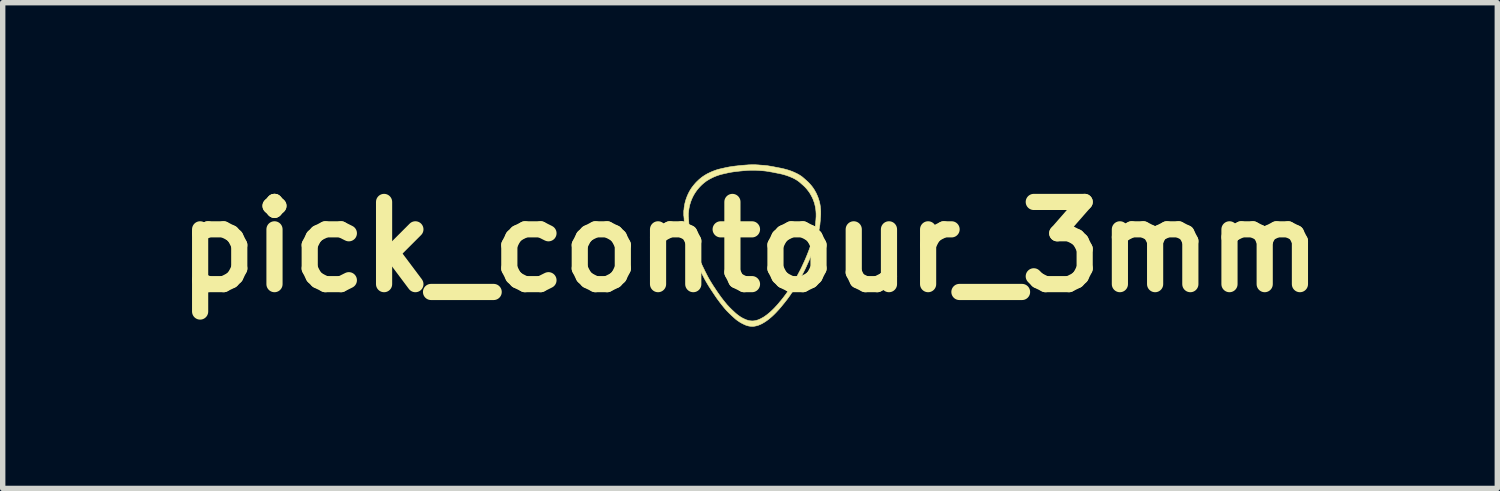
<source format=kicad_pcb>
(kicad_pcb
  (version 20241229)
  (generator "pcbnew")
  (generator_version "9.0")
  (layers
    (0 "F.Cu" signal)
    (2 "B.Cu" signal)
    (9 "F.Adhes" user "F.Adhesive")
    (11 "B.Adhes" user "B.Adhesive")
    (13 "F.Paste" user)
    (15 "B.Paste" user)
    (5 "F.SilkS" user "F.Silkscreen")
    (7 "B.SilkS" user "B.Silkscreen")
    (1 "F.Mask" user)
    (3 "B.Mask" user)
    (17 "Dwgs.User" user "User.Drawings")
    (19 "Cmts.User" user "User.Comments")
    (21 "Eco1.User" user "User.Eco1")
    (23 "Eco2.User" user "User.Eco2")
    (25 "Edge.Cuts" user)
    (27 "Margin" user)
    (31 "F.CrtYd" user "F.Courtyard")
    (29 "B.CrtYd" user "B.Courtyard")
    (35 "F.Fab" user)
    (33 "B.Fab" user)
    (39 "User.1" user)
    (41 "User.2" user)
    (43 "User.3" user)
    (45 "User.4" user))
  (footprint "pick_contour_3mm"
    (layer "F.Cu")
    (at 10.857 1.529)
    (property "Reference" "pick_contour_3mm" (at 0 0 0) (layer "F.SilkS") (effects (font (size 1.524 1.524) (thickness 0.3))))
    (attr through_hole)
    (fp_poly (pts (xy 0.135 -1.522) (xy 0.153 -1.521) (xy 0.169 -1.52) (xy 0.185 -1.518) (xy 0.2 -1.517) (xy 0.213 -1.516) (xy 0.226 -1.515) (xy 0.239 -1.514) (xy 0.25 -1.514) (xy 0.261 -1.513) (xy 0.271 -1.512) (xy 0.28 -1.511) (xy 0.289 -1.51) (xy 0.297 -1.509) (xy 0.305 -1.508) (xy 0.312 -1.508) (xy 0.318 -1.507) (xy 0.324 -1.506) (xy 0.326 -1.506) (xy 0.331 -1.505) (xy 0.336 -1.504) (xy 0.343 -1.503) (xy 0.351 -1.502) (xy 0.359 -1.5) (xy 0.368 -1.499) (xy 0.378 -1.497) (xy 0.389 -1.495) (xy 0.4 -1.493) (xy 0.411 -1.491) (xy 0.423 -1.489) (xy 0.436 -1.487) (xy 0.448 -1.484) (xy 0.452 -1.484) (xy 0.462 -1.482) (xy 0.473 -1.479) (xy 0.484 -1.477) (xy 0.495 -1.475) (xy 0.506 -1.473) (xy 0.517 -1.471) (xy 0.527 -1.469) (xy 0.537 -1.467) (xy 0.546 -1.465) (xy 0.555 -1.464) (xy 0.564 -1.462) (xy 0.572 -1.46) (xy 0.579 -1.459) (xy 0.586 -1.457) (xy 0.591 -1.456) (xy 0.596 -1.455) (xy 0.597 -1.455) (xy 0.631 -1.447) (xy 0.664 -1.438) (xy 0.697 -1.429) (xy 0.728 -1.419) (xy 0.76 -1.408) (xy 0.79 -1.396) (xy 0.817 -1.385) (xy 0.838 -1.375) (xy 0.859 -1.365) (xy 0.879 -1.355) (xy 0.898 -1.345) (xy 0.916 -1.334) (xy 0.929 -1.326) (xy 0.938 -1.32) (xy 0.946 -1.315) (xy 0.954 -1.309) (xy 0.961 -1.304) (xy 0.969 -1.298) (xy 0.977 -1.292) (xy 0.984 -1.285) (xy 0.993 -1.278) (xy 1.001 -1.271) (xy 1.01 -1.263) (xy 1.014 -1.259) (xy 1.019 -1.255) (xy 1.023 -1.251) (xy 1.028 -1.247) (xy 1.033 -1.243) (xy 1.037 -1.239) (xy 1.042 -1.235) (xy 1.043 -1.233) (xy 1.049 -1.229) (xy 1.054 -1.224) (xy 1.058 -1.22) (xy 1.062 -1.217) (xy 1.066 -1.213) (xy 1.069 -1.21) (xy 1.073 -1.206) (xy 1.077 -1.203) (xy 1.081 -1.199) (xy 1.082 -1.198) (xy 1.101 -1.178) (xy 1.119 -1.158) (xy 1.136 -1.138) (xy 1.153 -1.117) (xy 1.169 -1.095) (xy 1.184 -1.072) (xy 1.199 -1.049) (xy 1.212 -1.024) (xy 1.226 -1) (xy 1.228 -0.996) (xy 1.239 -0.971) (xy 1.25 -0.946) (xy 1.26 -0.921) (xy 1.269 -0.896) (xy 1.277 -0.87) (xy 1.285 -0.845) (xy 1.291 -0.818) (xy 1.297 -0.792) (xy 1.3 -0.773) (xy 1.303 -0.755) (xy 1.305 -0.736) (xy 1.307 -0.717) (xy 1.309 -0.697) (xy 1.31 -0.677) (xy 1.311 -0.657) (xy 1.311 -0.637) (xy 1.311 -0.617) (xy 1.311 -0.614) (xy 1.311 -0.612) (xy 1.311 -0.609) (xy 1.311 -0.606) (xy 1.311 -0.604) (xy 1.311 -0.601) (xy 1.311 -0.599) (xy 1.31 -0.596) (xy 1.31 -0.593) (xy 1.31 -0.59) (xy 1.31 -0.587) (xy 1.31 -0.583) (xy 1.309 -0.579) (xy 1.309 -0.574) (xy 1.309 -0.569) (xy 1.308 -0.564) (xy 1.308 -0.557) (xy 1.307 -0.551) (xy 1.307 -0.543) (xy 1.306 -0.535) (xy 1.305 -0.526) (xy 1.305 -0.516) (xy 1.304 -0.505) (xy 1.303 -0.493) (xy 1.303 -0.493) (xy 1.302 -0.479) (xy 1.3 -0.465) (xy 1.299 -0.453) (xy 1.298 -0.441) (xy 1.297 -0.429) (xy 1.296 -0.418) (xy 1.295 -0.408) (xy 1.293 -0.398) (xy 1.292 -0.388) (xy 1.29 -0.378) (xy 1.289 -0.367) (xy 1.287 -0.357) (xy 1.285 -0.347) (xy 1.283 -0.336) (xy 1.281 -0.325) (xy 1.277 -0.309) (xy 1.274 -0.292) (xy 1.27 -0.275) (xy 1.266 -0.258) (xy 1.262 -0.241) (xy 1.257 -0.223) (xy 1.253 -0.205) (xy 1.248 -0.186) (xy 1.242 -0.166) (xy 1.237 -0.146) (xy 1.231 -0.125) (xy 1.224 -0.103) (xy 1.222 -0.095) (xy 1.215 -0.072) (xy 1.208 -0.048) (xy 1.2 -0.025) (xy 1.192 -0.002) (xy 1.184 0.022) (xy 1.176 0.045) (xy 1.167 0.069) (xy 1.158 0.093) (xy 1.149 0.118) (xy 1.139 0.142) (xy 1.129 0.168) (xy 1.119 0.193) (xy 1.108 0.219) (xy 1.096 0.246) (xy 1.084 0.274) (xy 1.071 0.302) (xy 1.058 0.331) (xy 1.053 0.342) (xy 1.045 0.361) (xy 1.036 0.379) (xy 1.028 0.397) (xy 1.019 0.415) (xy 1.01 0.433) (xy 1.001 0.451) (xy 0.992 0.469) (xy 0.982 0.488) (xy 0.973 0.506) (xy 0.963 0.525) (xy 0.952 0.544) (xy 0.942 0.564) (xy 0.931 0.584) (xy 0.919 0.605) (xy 0.907 0.627) (xy 0.897 0.643) (xy 0.893 0.65) (xy 0.889 0.658) (xy 0.885 0.665) (xy 0.88 0.674) (xy 0.875 0.682) (xy 0.87 0.69) (xy 0.865 0.699) (xy 0.86 0.708) (xy 0.855 0.716) (xy 0.851 0.724) (xy 0.846 0.732) (xy 0.841 0.74) (xy 0.837 0.747) (xy 0.833 0.754) (xy 0.829 0.761) (xy 0.826 0.766) (xy 0.823 0.771) (xy 0.821 0.774) (xy 0.804 0.802) (xy 0.786 0.831) (xy 0.767 0.859) (xy 0.748 0.888) (xy 0.728 0.916) (xy 0.707 0.945) (xy 0.685 0.975) (xy 0.662 1.004) (xy 0.639 1.034) (xy 0.614 1.064) (xy 0.589 1.095) (xy 0.57 1.118) (xy 0.551 1.14) (xy 0.532 1.162) (xy 0.513 1.182) (xy 0.495 1.202) (xy 0.477 1.221) (xy 0.459 1.239) (xy 0.441 1.257) (xy 0.423 1.274) (xy 0.406 1.29) (xy 0.387 1.306) (xy 0.368 1.322) (xy 0.349 1.338) (xy 0.33 1.352) (xy 0.312 1.366) (xy 0.293 1.379) (xy 0.275 1.391) (xy 0.256 1.402) (xy 0.238 1.413) (xy 0.221 1.423) (xy 0.203 1.431) (xy 0.186 1.439) (xy 0.169 1.446) (xy 0.152 1.453) (xy 0.138 1.457) (xy 0.129 1.46) (xy 0.12 1.462) (xy 0.111 1.464) (xy 0.102 1.466) (xy 0.091 1.468) (xy 0.081 1.47) (xy 0.073 1.471) (xy 0.07 1.472) (xy 0.066 1.472) (xy 0.061 1.472) (xy 0.056 1.473) (xy 0.051 1.473) (xy 0.047 1.473) (xy 0.042 1.473) (xy 0.039 1.473) (xy 0.036 1.473) (xy 0.028 1.472) (xy 0.021 1.472) (xy 0.015 1.471) (xy 0.009 1.471) (xy 0.004 1.47) (xy -0.001 1.47) (xy -0.006 1.469) (xy -0.01 1.468) (xy -0.015 1.468) (xy -0.019 1.467) (xy -0.024 1.466) (xy -0.025 1.466) (xy -0.038 1.463) (xy -0.051 1.459) (xy -0.065 1.455) (xy -0.079 1.45) (xy -0.093 1.444) (xy -0.108 1.437) (xy -0.123 1.43) (xy -0.139 1.422) (xy -0.162 1.41) (xy -0.185 1.397) (xy -0.206 1.383) (xy -0.228 1.368) (xy -0.249 1.353) (xy -0.269 1.337) (xy -0.276 1.33) (xy -0.283 1.325) (xy -0.29 1.318) (xy -0.298 1.311) (xy -0.306 1.304) (xy -0.314 1.296) (xy -0.323 1.288) (xy -0.332 1.28) (xy -0.341 1.272) (xy -0.35 1.263) (xy -0.359 1.254) (xy -0.368 1.246) (xy -0.377 1.237) (xy -0.386 1.229) (xy -0.394 1.22) (xy -0.402 1.213) (xy -0.409 1.205) (xy -0.416 1.198) (xy -0.423 1.192) (xy -0.428 1.186) (xy -0.436 1.178) (xy -0.444 1.169) (xy -0.453 1.159) (xy -0.462 1.148) (xy -0.472 1.137) (xy -0.481 1.125) (xy -0.492 1.113) (xy -0.502 1.1) (xy -0.512 1.087) (xy -0.523 1.074) (xy -0.533 1.061) (xy -0.544 1.047) (xy -0.554 1.034) (xy -0.565 1.02) (xy -0.575 1.006) (xy -0.585 0.993) (xy -0.594 0.981) (xy -0.599 0.974) (xy -0.603 0.968) (xy -0.608 0.962) (xy -0.612 0.956) (xy -0.616 0.95) (xy -0.621 0.944) (xy -0.625 0.938) (xy -0.629 0.931) (xy -0.634 0.925) (xy -0.639 0.918) (xy -0.644 0.91) (xy -0.649 0.903) (xy -0.654 0.894) (xy -0.66 0.885) (xy -0.667 0.876) (xy -0.674 0.865) (xy -0.676 0.862) (xy -0.688 0.844) (xy -0.699 0.827) (xy -0.71 0.811) (xy -0.72 0.796) (xy -0.729 0.781) (xy -0.739 0.767) (xy -0.747 0.754) (xy -0.756 0.74) (xy -0.764 0.728) (xy -0.772 0.715) (xy -0.779 0.703) (xy -0.786 0.691) (xy -0.794 0.679) (xy -0.8 0.667) (xy -0.807 0.656) (xy -0.814 0.644) (xy -0.82 0.633) (xy -0.827 0.621) (xy -0.833 0.609) (xy -0.84 0.597) (xy -0.847 0.585) (xy -0.853 0.572) (xy -0.86 0.559) (xy -0.867 0.545) (xy -0.874 0.531) (xy -0.881 0.517) (xy -0.889 0.502) (xy -0.892 0.496) (xy -0.899 0.483) (xy -0.906 0.469) (xy -0.913 0.454) (xy -0.92 0.439) (xy -0.927 0.424) (xy -0.934 0.409) (xy -0.942 0.394) (xy -0.949 0.379) (xy -0.956 0.364) (xy -0.963 0.349) (xy -0.97 0.334) (xy -0.977 0.32) (xy -0.983 0.305) (xy -0.99 0.292) (xy -0.996 0.279) (xy -1.001 0.267) (xy -1.006 0.255) (xy -1.011 0.244) (xy -1.012 0.242) (xy -1.031 0.199) (xy -1.048 0.156) (xy -1.065 0.114) (xy -1.081 0.071) (xy -1.096 0.029) (xy -1.111 -0.013) (xy -1.125 -0.055) (xy -1.137 -0.097) (xy -1.15 -0.14) (xy -1.161 -0.182) (xy -1.172 -0.225) (xy -1.182 -0.269) (xy -1.192 -0.313) (xy -1.199 -0.346) (xy -1.201 -0.36) (xy -1.204 -0.373) (xy -1.206 -0.385) (xy -1.208 -0.396) (xy -1.21 -0.407) (xy -1.212 -0.417) (xy -1.213 -0.426) (xy -1.215 -0.435) (xy -1.216 -0.443) (xy -1.217 -0.451) (xy -1.218 -0.459) (xy -1.219 -0.466) (xy -1.22 -0.473) (xy -1.22 -0.48) (xy -1.221 -0.486) (xy -1.221 -0.493) (xy -1.221 -0.495) (xy -1.222 -0.508) (xy -1.222 -0.521) (xy -1.223 -0.532) (xy -1.224 -0.543) (xy -1.225 -0.552) (xy -1.226 -0.561) (xy -1.226 -0.569) (xy -1.227 -0.573) (xy -1.229 -0.585) (xy -1.229 -0.628) (xy -1.229 -0.628) (xy -1.143 -0.628) (xy -1.143 -0.544) (xy -1.141 -0.534) (xy -1.14 -0.528) (xy -1.14 -0.522) (xy -1.139 -0.515) (xy -1.138 -0.507) (xy -1.138 -0.498) (xy -1.137 -0.488) (xy -1.136 -0.477) (xy -1.136 -0.466) (xy -1.136 -0.463) (xy -1.135 -0.456) (xy -1.135 -0.45) (xy -1.134 -0.444) (xy -1.134 -0.439) (xy -1.133 -0.433) (xy -1.133 -0.427) (xy -1.132 -0.421) (xy -1.131 -0.414) (xy -1.13 -0.407) (xy -1.129 -0.4) (xy -1.127 -0.392) (xy -1.126 -0.383) (xy -1.124 -0.374) (xy -1.122 -0.364) (xy -1.12 -0.353) (xy -1.12 -0.351) (xy -1.112 -0.309) (xy -1.103 -0.268) (xy -1.094 -0.226) (xy -1.084 -0.186) (xy -1.073 -0.146) (xy -1.062 -0.106) (xy -1.05 -0.066) (xy -1.037 -0.027) (xy -1.024 0.013) (xy -1.01 0.053) (xy -0.995 0.092) (xy -0.979 0.132) (xy -0.963 0.173) (xy -0.946 0.213) (xy -0.944 0.217) (xy -0.939 0.228) (xy -0.934 0.239) (xy -0.929 0.252) (xy -0.923 0.265) (xy -0.916 0.278) (xy -0.91 0.293) (xy -0.903 0.308) (xy -0.901 0.311) (xy -0.899 0.316) (xy -0.897 0.321) (xy -0.895 0.325) (xy -0.892 0.33) (xy -0.891 0.334) (xy -0.889 0.337) (xy -0.888 0.34) (xy -0.887 0.341) (xy -0.882 0.352) (xy -0.876 0.364) (xy -0.87 0.377) (xy -0.864 0.39) (xy -0.857 0.403) (xy -0.851 0.416) (xy -0.844 0.43) (xy -0.838 0.443) (xy -0.832 0.456) (xy -0.825 0.468) (xy -0.819 0.48) (xy -0.814 0.491) (xy -0.809 0.501) (xy -0.802 0.514) (xy -0.796 0.526) (xy -0.79 0.538) (xy -0.784 0.549) (xy -0.778 0.56) (xy -0.772 0.571) (xy -0.766 0.582) (xy -0.76 0.592) (xy -0.754 0.603) (xy -0.748 0.613) (xy -0.742 0.623) (xy -0.736 0.634) (xy -0.73 0.644) (xy -0.723 0.655) (xy -0.716 0.666) (xy -0.709 0.677) (xy -0.702 0.689) (xy -0.694 0.701) (xy -0.686 0.714) (xy -0.678 0.727) (xy -0.669 0.74) (xy -0.659 0.754) (xy -0.65 0.769) (xy -0.639 0.785) (xy -0.63 0.799) (xy -0.623 0.81) (xy -0.616 0.82) (xy -0.609 0.83) (xy -0.603 0.839) (xy -0.598 0.847) (xy -0.592 0.855) (xy -0.587 0.862) (xy -0.582 0.869) (xy -0.577 0.876) (xy -0.573 0.883) (xy -0.568 0.889) (xy -0.564 0.896) (xy -0.559 0.902) (xy -0.554 0.908) (xy -0.55 0.915) (xy -0.545 0.922) (xy -0.541 0.927) (xy -0.531 0.94) (xy -0.521 0.954) (xy -0.51 0.967) (xy -0.5 0.981) (xy -0.489 0.994) (xy -0.478 1.008) (xy -0.468 1.021) (xy -0.457 1.034) (xy -0.447 1.047) (xy -0.436 1.059) (xy -0.427 1.071) (xy -0.417 1.081) (xy -0.414 1.085) (xy -0.409 1.09) (xy -0.403 1.096) (xy -0.397 1.103) (xy -0.39 1.11) (xy -0.383 1.118) (xy -0.375 1.126) (xy -0.367 1.134) (xy -0.358 1.142) (xy -0.35 1.151) (xy -0.341 1.16) (xy -0.332 1.168) (xy -0.323 1.177) (xy -0.313 1.186) (xy -0.304 1.194) (xy -0.296 1.202) (xy -0.287 1.21) (xy -0.279 1.218) (xy -0.271 1.225) (xy -0.263 1.232) (xy -0.256 1.238) (xy -0.255 1.239) (xy -0.235 1.255) (xy -0.215 1.27) (xy -0.194 1.285) (xy -0.173 1.299) (xy -0.151 1.312) (xy -0.129 1.324) (xy -0.123 1.327) (xy -0.11 1.333) (xy -0.098 1.338) (xy -0.087 1.343) (xy -0.077 1.348) (xy -0.066 1.352) (xy -0.056 1.355) (xy -0.046 1.358) (xy -0.037 1.361) (xy -0.027 1.364) (xy -0.023 1.364) (xy -0.017 1.366) (xy -0.012 1.367) (xy -0.007 1.368) (xy -0.001 1.368) (xy 0.005 1.369) (xy 0.012 1.37) (xy 0.019 1.371) (xy 0.027 1.371) (xy 0.036 1.372) (xy 0.038 1.372) (xy 0.041 1.372) (xy 0.044 1.372) (xy 0.048 1.372) (xy 0.051 1.372) (xy 0.055 1.372) (xy 0.059 1.371) (xy 0.062 1.371) (xy 0.063 1.371) (xy 0.072 1.37) (xy 0.082 1.369) (xy 0.092 1.367) (xy 0.102 1.365) (xy 0.112 1.362) (xy 0.122 1.36) (xy 0.131 1.357) (xy 0.136 1.356) (xy 0.15 1.351) (xy 0.166 1.345) (xy 0.181 1.338) (xy 0.197 1.331) (xy 0.213 1.322) (xy 0.229 1.313) (xy 0.246 1.304) (xy 0.262 1.294) (xy 0.278 1.283) (xy 0.283 1.279) (xy 0.302 1.266) (xy 0.321 1.251) (xy 0.34 1.236) (xy 0.359 1.22) (xy 0.378 1.204) (xy 0.397 1.186) (xy 0.416 1.168) (xy 0.435 1.149) (xy 0.455 1.129) (xy 0.474 1.108) (xy 0.494 1.087) (xy 0.509 1.07) (xy 0.53 1.046) (xy 0.55 1.021) (xy 0.571 0.997) (xy 0.591 0.972) (xy 0.611 0.947) (xy 0.63 0.922) (xy 0.649 0.897) (xy 0.667 0.873) (xy 0.684 0.848) (xy 0.701 0.824) (xy 0.715 0.804) (xy 0.72 0.797) (xy 0.724 0.79) (xy 0.729 0.783) (xy 0.733 0.777) (xy 0.737 0.77) (xy 0.742 0.764) (xy 0.746 0.757) (xy 0.75 0.75) (xy 0.754 0.743) (xy 0.759 0.736) (xy 0.764 0.728) (xy 0.768 0.72) (xy 0.774 0.712) (xy 0.779 0.703) (xy 0.785 0.693) (xy 0.79 0.683) (xy 0.797 0.672) (xy 0.804 0.661) (xy 0.811 0.648) (xy 0.818 0.636) (xy 0.836 0.605) (xy 0.853 0.575) (xy 0.869 0.546) (xy 0.884 0.518) (xy 0.899 0.49) (xy 0.913 0.463) (xy 0.927 0.437) (xy 0.94 0.412) (xy 0.952 0.387) (xy 0.964 0.362) (xy 0.975 0.339) (xy 0.975 0.338) (xy 0.99 0.305) (xy 1.005 0.274) (xy 1.019 0.242) (xy 1.032 0.212) (xy 1.044 0.182) (xy 1.056 0.154) (xy 1.067 0.126) (xy 1.078 0.098) (xy 1.088 0.072) (xy 1.089 0.069) (xy 1.096 0.051) (xy 1.102 0.034) (xy 1.108 0.017) (xy 1.114 -0.000139) (xy 1.119 -0.017) (xy 1.125 -0.035) (xy 1.131 -0.053) (xy 1.136 -0.071) (xy 1.142 -0.09) (xy 1.148 -0.109) (xy 1.154 -0.13) (xy 1.161 -0.155) (xy 1.168 -0.18) (xy 1.174 -0.205) (xy 1.18 -0.228) (xy 1.185 -0.251) (xy 1.19 -0.273) (xy 1.195 -0.294) (xy 1.199 -0.315) (xy 1.203 -0.334) (xy 1.206 -0.353) (xy 1.208 -0.369) (xy 1.209 -0.377) (xy 1.21 -0.386) (xy 1.211 -0.394) (xy 1.212 -0.402) (xy 1.213 -0.409) (xy 1.214 -0.418) (xy 1.215 -0.426) (xy 1.215 -0.436) (xy 1.216 -0.446) (xy 1.216 -0.447) (xy 1.217 -0.453) (xy 1.217 -0.46) (xy 1.218 -0.467) (xy 1.218 -0.474) (xy 1.219 -0.481) (xy 1.22 -0.487) (xy 1.22 -0.492) (xy 1.221 -0.503) (xy 1.222 -0.512) (xy 1.222 -0.521) (xy 1.223 -0.529) (xy 1.223 -0.536) (xy 1.224 -0.543) (xy 1.224 -0.549) (xy 1.224 -0.555) (xy 1.225 -0.56) (xy 1.225 -0.565) (xy 1.225 -0.57) (xy 1.225 -0.575) (xy 1.225 -0.579) (xy 1.225 -0.584) (xy 1.225 -0.589) (xy 1.225 -0.594) (xy 1.225 -0.597) (xy 1.225 -0.615) (xy 1.224 -0.632) (xy 1.223 -0.649) (xy 1.222 -0.665) (xy 1.22 -0.681) (xy 1.219 -0.696) (xy 1.216 -0.712) (xy 1.214 -0.727) (xy 1.211 -0.743) (xy 1.209 -0.753) (xy 1.203 -0.778) (xy 1.197 -0.804) (xy 1.189 -0.829) (xy 1.18 -0.853) (xy 1.171 -0.878) (xy 1.161 -0.902) (xy 1.149 -0.926) (xy 1.137 -0.949) (xy 1.124 -0.972) (xy 1.111 -0.995) (xy 1.096 -1.017) (xy 1.081 -1.038) (xy 1.065 -1.058) (xy 1.051 -1.076) (xy 1.045 -1.083) (xy 1.039 -1.089) (xy 1.034 -1.095) (xy 1.028 -1.101) (xy 1.022 -1.108) (xy 1.016 -1.114) (xy 1.011 -1.119) (xy 1.007 -1.123) (xy 1.003 -1.126) (xy 1 -1.13) (xy 0.996 -1.133) (xy 0.992 -1.137) (xy 0.988 -1.14) (xy 0.984 -1.144) (xy 0.979 -1.149) (xy 0.976 -1.151) (xy 0.973 -1.154) (xy 0.969 -1.157) (xy 0.965 -1.161) (xy 0.96 -1.165) (xy 0.956 -1.169) (xy 0.952 -1.172) (xy 0.95 -1.174) (xy 0.946 -1.177) (xy 0.943 -1.181) (xy 0.939 -1.184) (xy 0.936 -1.187) (xy 0.933 -1.19) (xy 0.93 -1.192) (xy 0.929 -1.193) (xy 0.912 -1.207) (xy 0.895 -1.22) (xy 0.877 -1.233) (xy 0.857 -1.245) (xy 0.837 -1.257) (xy 0.817 -1.268) (xy 0.795 -1.279) (xy 0.777 -1.287) (xy 0.751 -1.298) (xy 0.724 -1.309) (xy 0.696 -1.319) (xy 0.668 -1.329) (xy 0.64 -1.337) (xy 0.61 -1.346) (xy 0.581 -1.353) (xy 0.562 -1.357) (xy 0.558 -1.358) (xy 0.552 -1.36) (xy 0.546 -1.361) (xy 0.539 -1.362) (xy 0.531 -1.364) (xy 0.522 -1.366) (xy 0.513 -1.367) (xy 0.504 -1.369) (xy 0.494 -1.371) (xy 0.484 -1.373) (xy 0.473 -1.375) (xy 0.462 -1.377) (xy 0.451 -1.379) (xy 0.44 -1.382) (xy 0.43 -1.384) (xy 0.419 -1.386) (xy 0.408 -1.388) (xy 0.398 -1.39) (xy 0.388 -1.391) (xy 0.378 -1.393) (xy 0.377 -1.393) (xy 0.366 -1.395) (xy 0.357 -1.397) (xy 0.348 -1.399) (xy 0.34 -1.4) (xy 0.332 -1.401) (xy 0.325 -1.402) (xy 0.319 -1.403) (xy 0.313 -1.404) (xy 0.307 -1.405) (xy 0.301 -1.406) (xy 0.296 -1.407) (xy 0.29 -1.407) (xy 0.285 -1.408) (xy 0.279 -1.409) (xy 0.273 -1.409) (xy 0.269 -1.41) (xy 0.265 -1.41) (xy 0.261 -1.411) (xy 0.255 -1.411) (xy 0.248 -1.412) (xy 0.241 -1.412) (xy 0.234 -1.413) (xy 0.226 -1.413) (xy 0.218 -1.414) (xy 0.209 -1.415) (xy 0.201 -1.415) (xy 0.192 -1.416) (xy 0.184 -1.417) (xy 0.176 -1.417) (xy 0.168 -1.418) (xy 0.16 -1.418) (xy 0.154 -1.419) (xy 0.151 -1.419) (xy 0.147 -1.419) (xy 0.141 -1.419) (xy 0.135 -1.42) (xy 0.13 -1.42) (xy 0.124 -1.421) (xy 0.119 -1.421) (xy 0.119 -1.421) (xy 0.116 -1.421) (xy 0.113 -1.421) (xy 0.111 -1.421) (xy 0.109 -1.422) (xy 0.106 -1.422) (xy 0.104 -1.422) (xy 0.101 -1.422) (xy 0.098 -1.422) (xy 0.094 -1.422) (xy 0.09 -1.422) (xy 0.086 -1.422) (xy 0.081 -1.422) (xy 0.076 -1.422) (xy 0.069 -1.422) (xy 0.062 -1.422) (xy 0.054 -1.422) (xy 0.049 -1.422) (xy 0.04 -1.422) (xy 0.032 -1.422) (xy 0.024 -1.422) (xy 0.018 -1.422) (xy 0.012 -1.422) (xy 0.007 -1.422) (xy 0.002 -1.422) (xy -0.003 -1.422) (xy -0.007 -1.422) (xy -0.012 -1.421) (xy -0.016 -1.421) (xy -0.02 -1.421) (xy -0.025 -1.421) (xy -0.03 -1.42) (xy -0.035 -1.42) (xy -0.04 -1.42) (xy -0.046 -1.419) (xy -0.053 -1.419) (xy -0.061 -1.418) (xy -0.061 -1.418) (xy -0.074 -1.417) (xy -0.085 -1.416) (xy -0.096 -1.415) (xy -0.106 -1.414) (xy -0.115 -1.414) (xy -0.124 -1.413) (xy -0.132 -1.412) (xy -0.139 -1.412) (xy -0.146 -1.411) (xy -0.153 -1.41) (xy -0.16 -1.41) (xy -0.166 -1.409) (xy -0.172 -1.409) (xy -0.178 -1.408) (xy -0.184 -1.407) (xy -0.19 -1.407) (xy -0.197 -1.406) (xy -0.203 -1.405) (xy -0.205 -1.405) (xy -0.223 -1.403) (xy -0.24 -1.401) (xy -0.255 -1.399) (xy -0.271 -1.397) (xy -0.285 -1.396) (xy -0.299 -1.394) (xy -0.312 -1.392) (xy -0.325 -1.39) (xy -0.338 -1.388) (xy -0.35 -1.386) (xy -0.363 -1.384) (xy -0.375 -1.381) (xy -0.387 -1.379) (xy -0.4 -1.377) (xy -0.412 -1.374) (xy -0.425 -1.371) (xy -0.438 -1.368) (xy -0.452 -1.365) (xy -0.462 -1.363) (xy -0.467 -1.362) (xy -0.471 -1.361) (xy -0.476 -1.36) (xy -0.48 -1.359) (xy -0.484 -1.358) (xy -0.487 -1.357) (xy -0.488 -1.357) (xy -0.503 -1.353) (xy -0.517 -1.35) (xy -0.53 -1.347) (xy -0.542 -1.344) (xy -0.553 -1.341) (xy -0.564 -1.337) (xy -0.574 -1.334) (xy -0.584 -1.331) (xy -0.589 -1.329) (xy -0.613 -1.321) (xy -0.636 -1.312) (xy -0.658 -1.303) (xy -0.679 -1.294) (xy -0.7 -1.284) (xy -0.719 -1.274) (xy -0.738 -1.265) (xy -0.757 -1.254) (xy -0.774 -1.244) (xy -0.792 -1.233) (xy -0.809 -1.222) (xy -0.815 -1.218) (xy -0.83 -1.206) (xy -0.846 -1.194) (xy -0.862 -1.181) (xy -0.878 -1.167) (xy -0.894 -1.153) (xy -0.909 -1.138) (xy -0.924 -1.123) (xy -0.939 -1.107) (xy -0.953 -1.091) (xy -0.964 -1.078) (xy -0.982 -1.056) (xy -0.998 -1.034) (xy -1.014 -1.011) (xy -1.029 -0.988) (xy -1.043 -0.964) (xy -1.056 -0.94) (xy -1.068 -0.915) (xy -1.08 -0.889) (xy -1.09 -0.864) (xy -1.1 -0.837) (xy -1.108 -0.81) (xy -1.113 -0.796) (xy -1.119 -0.773) (xy -1.124 -0.75) (xy -1.129 -0.726) (xy -1.133 -0.704) (xy -1.136 -0.681) (xy -1.138 -0.662) (xy -1.139 -0.657) (xy -1.139 -0.653) (xy -1.139 -0.649) (xy -1.14 -0.646) (xy -1.14 -0.644) (xy -1.14 -0.642) (xy -1.14 -0.64) (xy -1.141 -0.639) (xy -1.141 -0.637) (xy -1.141 -0.635) (xy -1.143 -0.628) (xy -1.229 -0.628) (xy -1.229 -0.67) (xy -1.228 -0.677) (xy -1.227 -0.68) (xy -1.226 -0.683) (xy -1.226 -0.685) (xy -1.226 -0.687) (xy -1.225 -0.69) (xy -1.225 -0.692) (xy -1.225 -0.695) (xy -1.224 -0.699) (xy -1.224 -0.703) (xy -1.224 -0.704) (xy -1.222 -0.728) (xy -1.218 -0.752) (xy -1.214 -0.775) (xy -1.21 -0.799) (xy -1.204 -0.823) (xy -1.198 -0.847) (xy -1.191 -0.871) (xy -1.185 -0.889) (xy -1.175 -0.916) (xy -1.165 -0.943) (xy -1.153 -0.97) (xy -1.141 -0.996) (xy -1.128 -1.021) (xy -1.114 -1.046) (xy -1.099 -1.071) (xy -1.083 -1.095) (xy -1.066 -1.118) (xy -1.048 -1.141) (xy -1.03 -1.163) (xy -1.011 -1.185) (xy -0.99 -1.207) (xy -0.969 -1.227) (xy -0.947 -1.248) (xy -0.932 -1.261) (xy -0.915 -1.275) (xy -0.898 -1.289) (xy -0.88 -1.302) (xy -0.862 -1.314) (xy -0.843 -1.327) (xy -0.824 -1.338) (xy -0.804 -1.35) (xy -0.784 -1.361) (xy -0.762 -1.371) (xy -0.74 -1.382) (xy -0.717 -1.392) (xy -0.693 -1.402) (xy -0.668 -1.412) (xy -0.643 -1.421) (xy -0.639 -1.423) (xy -0.631 -1.425) (xy -0.624 -1.428) (xy -0.617 -1.43) (xy -0.609 -1.433) (xy -0.602 -1.435) (xy -0.594 -1.437) (xy -0.586 -1.439) (xy -0.577 -1.442) (xy -0.568 -1.444) (xy -0.558 -1.446) (xy -0.547 -1.449) (xy -0.536 -1.451) (xy -0.535 -1.452) (xy -0.53 -1.453) (xy -0.523 -1.454) (xy -0.517 -1.456) (xy -0.51 -1.457) (xy -0.503 -1.459) (xy -0.497 -1.46) (xy -0.493 -1.461) (xy -0.476 -1.465) (xy -0.459 -1.469) (xy -0.444 -1.472) (xy -0.429 -1.475) (xy -0.414 -1.478) (xy -0.399 -1.481) (xy -0.385 -1.484) (xy -0.37 -1.486) (xy -0.356 -1.488) (xy -0.341 -1.491) (xy -0.326 -1.493) (xy -0.317 -1.494) (xy -0.307 -1.495) (xy -0.297 -1.497) (xy -0.285 -1.498) (xy -0.274 -1.5) (xy -0.262 -1.501) (xy -0.25 -1.502) (xy -0.238 -1.504) (xy -0.226 -1.505) (xy -0.214 -1.506) (xy -0.203 -1.508) (xy -0.192 -1.509) (xy -0.181 -1.51) (xy -0.172 -1.511) (xy -0.169 -1.511) (xy -0.163 -1.512) (xy -0.156 -1.512) (xy -0.149 -1.513) (xy -0.141 -1.513) (xy -0.133 -1.514) (xy -0.124 -1.515) (xy -0.116 -1.516) (xy -0.107 -1.516) (xy -0.098 -1.517) (xy -0.089 -1.518) (xy -0.081 -1.518) (xy -0.072 -1.519) (xy -0.064 -1.52) (xy -0.056 -1.52) (xy -0.049 -1.521) (xy -0.042 -1.521) (xy -0.036 -1.522) (xy -0.03 -1.522) (xy -0.025 -1.523) (xy -0.021 -1.523) (xy -0.018 -1.523) (xy -0.017 -1.523) (xy -0.015 -1.523) (xy -0.012 -1.523) (xy -0.007 -1.523) (xy -0.002 -1.523) (xy 0.003 -1.523) (xy 0.01 -1.524) (xy 0.017 -1.524) (xy 0.025 -1.524) (xy 0.033 -1.524) (xy 0.041 -1.524) (xy 0.05 -1.524) (xy 0.106 -1.524) (xy 0.135 -1.522)) (stroke (width 0.01) (type solid)) (fill yes) (layer "F.SilkS")))
  (gr_rect
    (start -3 -3)
    (end 24.713 6.007)
    (stroke (width 0.1) (type default))
    (fill no)
    (layer "Edge.Cuts")))
</source>
